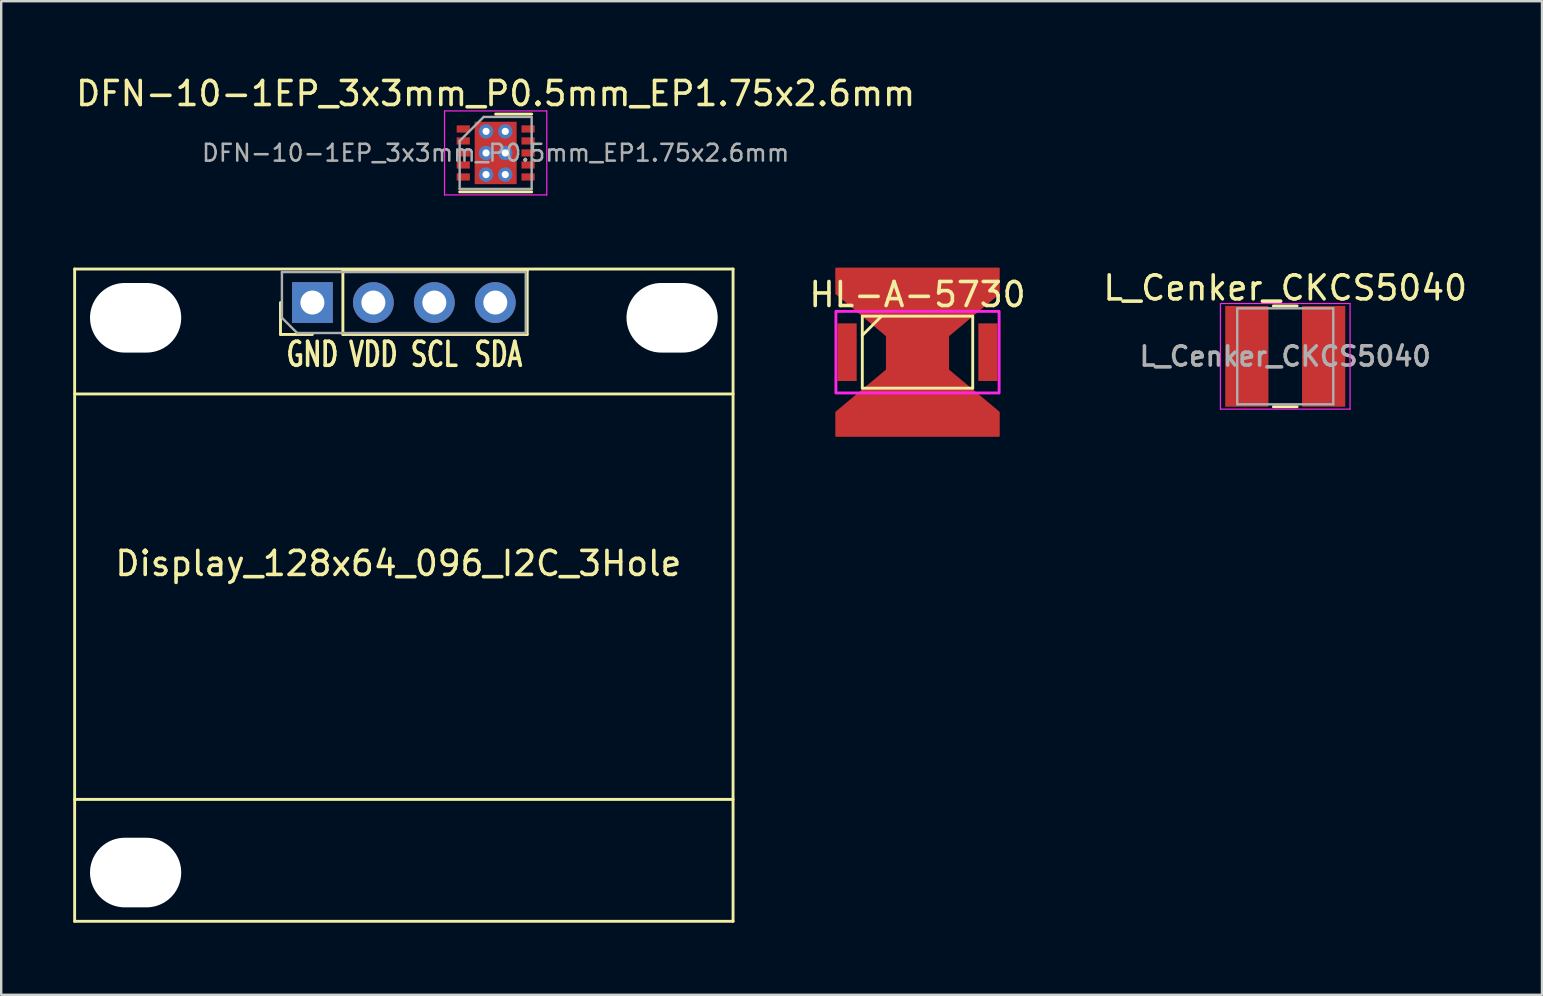
<source format=kicad_pcb>
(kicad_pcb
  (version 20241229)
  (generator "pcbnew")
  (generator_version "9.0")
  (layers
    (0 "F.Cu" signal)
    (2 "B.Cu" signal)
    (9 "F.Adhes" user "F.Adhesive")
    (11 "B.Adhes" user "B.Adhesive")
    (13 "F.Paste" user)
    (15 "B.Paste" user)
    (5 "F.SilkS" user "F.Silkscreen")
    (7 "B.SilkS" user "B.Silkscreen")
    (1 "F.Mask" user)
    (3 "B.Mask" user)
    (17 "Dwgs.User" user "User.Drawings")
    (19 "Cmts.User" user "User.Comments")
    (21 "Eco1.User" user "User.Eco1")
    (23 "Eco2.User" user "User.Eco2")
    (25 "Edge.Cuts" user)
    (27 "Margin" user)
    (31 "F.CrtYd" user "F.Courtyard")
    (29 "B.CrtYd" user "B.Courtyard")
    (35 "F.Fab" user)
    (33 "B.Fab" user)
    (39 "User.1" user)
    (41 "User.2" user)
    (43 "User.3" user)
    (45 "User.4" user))
  (footprint "L_Cenker_CKCS5040"
    (layer "F.Cu")
    (at 50.498 11.796)
    (property "Reference" "L_Cenker_CKCS5040" (at 0 -2.85 0) (layer "F.SilkS") (effects (font (size 1 1) (thickness 0.15))))
    (attr smd)
    (fp_line (start -0.495 -2.1) (end 0.495 -2.1) (stroke (width 0.12) (type solid)) (layer "F.SilkS"))
    (fp_line (start -0.495 2.1) (end 0.495 2.1) (stroke (width 0.12) (type solid)) (layer "F.SilkS"))
    (fp_line (start -2.7 -2.2) (end -2.7 2.2) (stroke (width 0.05) (type solid)) (layer "F.CrtYd"))
    (fp_line (start -2.7 2.2) (end 2.7 2.2) (stroke (width 0.05) (type solid)) (layer "F.CrtYd"))
    (fp_line (start 2.7 -2.2) (end -2.7 -2.2) (stroke (width 0.05) (type solid)) (layer "F.CrtYd"))
    (fp_line (start 2.7 2.2) (end 2.7 -2.2) (stroke (width 0.05) (type solid)) (layer "F.CrtYd"))
    (fp_line (start -2 -2) (end -2 2) (stroke (width 0.1) (type solid)) (layer "F.Fab"))
    (fp_line (start -2 2) (end 2 2) (stroke (width 0.1) (type solid)) (layer "F.Fab"))
    (fp_line (start 2 -2) (end -2 -2) (stroke (width 0.1) (type solid)) (layer "F.Fab"))
    (fp_line (start 2 2) (end 2 -2) (stroke (width 0.1) (type solid)) (layer "F.Fab"))
    (fp_text user "${REFERENCE}" (at 0 0 0) (layer "F.Fab") (effects (font (size 0.8 0.8) (thickness 0.15))))
    (pad "1" smd rect (at -1.6 0) (size 1.8 4.2) (layers "F.Cu" "F.Mask" "F.Paste"))
    (pad "2" smd rect (at 1.6 0) (size 1.8 4.2) (layers "F.Cu" "F.Mask" "F.Paste")))
  (footprint "Display_128x64_096_I2C_3Hole"
    (layer "F.Cu")
    (at 13.776 9.555)
    (property "Reference" "Display_128x64_096_I2C_3Hole" (at -0.229 10.871 0) (layer "F.SilkS") (effects (font (size 1 1) (thickness 0.15))))
    (attr through_hole)
    (fp_line (start -13.716 -1.397) (end 13.716 -1.397) (stroke (width 0.12) (type solid)) (layer "F.SilkS"))
    (fp_line (start -13.716 3.81) (end 13.716 3.81) (stroke (width 0.12) (type solid)) (layer "F.SilkS"))
    (fp_line (start -13.716 20.701) (end 13.716 20.701) (stroke (width 0.12) (type solid)) (layer "F.SilkS"))
    (fp_line (start -13.716 25.781) (end -13.716 -1.397) (stroke (width 0.12) (type solid)) (layer "F.SilkS"))
    (fp_line (start -5.14 1.33) (end -5.14 0) (stroke (width 0.12) (type solid)) (layer "F.SilkS"))
    (fp_line (start -3.81 1.33) (end -5.14 1.33) (stroke (width 0.12) (type solid)) (layer "F.SilkS"))
    (fp_line (start -2.54 -1.33) (end 5.14 -1.33) (stroke (width 0.12) (type solid)) (layer "F.SilkS"))
    (fp_line (start -2.54 1.33) (end -2.54 -1.33) (stroke (width 0.12) (type solid)) (layer "F.SilkS"))
    (fp_line (start -2.54 1.33) (end 5.14 1.33) (stroke (width 0.12) (type solid)) (layer "F.SilkS"))
    (fp_line (start 5.14 1.33) (end 5.14 -1.33) (stroke (width 0.12) (type solid)) (layer "F.SilkS"))
    (fp_line (start 13.716 25.781) (end -13.716 25.781) (stroke (width 0.12) (type solid)) (layer "F.SilkS"))
    (fp_line (start 13.716 25.781) (end 13.716 -1.397) (stroke (width 0.12) (type solid)) (layer "F.SilkS"))
    (fp_line (start -5.08 -1.27) (end 5.08 -1.27) (stroke (width 0.1) (type solid)) (layer "F.Fab"))
    (fp_line (start -5.08 0.635) (end -5.08 -1.27) (stroke (width 0.1) (type solid)) (layer "F.Fab"))
    (fp_line (start -4.445 1.27) (end -5.08 0.635) (stroke (width 0.1) (type solid)) (layer "F.Fab"))
    (fp_line (start 5.08 -1.27) (end 5.08 1.27) (stroke (width 0.1) (type solid)) (layer "F.Fab"))
    (fp_line (start 5.08 1.27) (end -4.445 1.27) (stroke (width 0.1) (type solid)) (layer "F.Fab"))
    (fp_text user "SCL" (at 1.27 2.159 0) (layer "F.SilkS") (effects (font (size 1 0.7) (thickness 0.15))))
    (fp_text user "VDD" (at -1.27 2.159 0) (layer "F.SilkS") (effects (font (size 1 0.7) (thickness 0.15))))
    (fp_text user "GND" (at -3.81 2.159 0) (layer "F.SilkS") (effects (font (size 1 0.7) (thickness 0.15))))
    (fp_text user "SDA" (at 3.937 2.159 0) (layer "F.SilkS") (effects (font (size 1 0.7) (thickness 0.15))))
    (pad "" np_thru_hole oval (at -11.176 0.635) (size 3.8 2.9) (drill oval 3.8 2.9) (layers "*.Cu" "*.Mask"))
    (pad "" np_thru_hole oval (at -11.176 23.749) (size 3.8 2.9) (drill oval 3.8 2.9) (layers "*.Cu" "*.Mask"))
    (pad "" np_thru_hole oval (at 11.176 0.635) (size 3.8 2.9) (drill oval 3.8 2.9) (layers "*.Cu" "*.Mask"))
    (pad "1" thru_hole rect (at -3.81 0 90) (size 1.7 1.7) (drill 1) (layers "*.Cu" "*.Mask"))
    (pad "2" thru_hole oval (at -1.27 0 90) (size 1.7 1.7) (drill 1) (layers "*.Cu" "*.Mask"))
    (pad "3" thru_hole oval (at 1.27 0 90) (size 1.7 1.7) (drill 1) (layers "*.Cu" "*.Mask"))
    (pad "4" thru_hole oval (at 3.81 0 90) (size 1.7 1.7) (drill 1) (layers "*.Cu" "*.Mask")))
  (footprint "DFN-10-1EP_3x3mm_P0.5mm_EP1.75x2.6mm"
    (layer "F.Cu")
    (at 17.601 3.323)
    (property "Reference" "DFN-10-1EP_3x3mm_P0.5mm_EP1.75x2.6mm" (at 0 -2.475 0) (layer "F.SilkS") (effects (font (size 1 1) (thickness 0.15))))
    (attr smd)
    (fp_line (start -1.5 1.62) (end 1.5 1.62) (stroke (width 0.12) (type solid)) (layer "F.SilkS"))
    (fp_line (start 0 -1.62) (end 1.5 -1.62) (stroke (width 0.12) (type solid)) (layer "F.SilkS"))
    (fp_line (start -2.13 -1.75) (end -2.13 1.75) (stroke (width 0.05) (type solid)) (layer "F.CrtYd"))
    (fp_line (start -2.13 -1.75) (end 2.13 -1.75) (stroke (width 0.05) (type solid)) (layer "F.CrtYd"))
    (fp_line (start -2.13 1.75) (end 2.13 1.75) (stroke (width 0.05) (type solid)) (layer "F.CrtYd"))
    (fp_line (start 2.13 -1.75) (end 2.13 1.75) (stroke (width 0.05) (type solid)) (layer "F.CrtYd"))
    (fp_line (start -1.5 -0.5) (end -0.5 -1.5) (stroke (width 0.1) (type solid)) (layer "F.Fab"))
    (fp_line (start -1.5 1.5) (end -1.5 -0.5) (stroke (width 0.1) (type solid)) (layer "F.Fab"))
    (fp_line (start -0.5 -1.5) (end 1.5 -1.5) (stroke (width 0.1) (type solid)) (layer "F.Fab"))
    (fp_line (start 1.5 -1.5) (end 1.5 1.5) (stroke (width 0.1) (type solid)) (layer "F.Fab"))
    (fp_line (start 1.5 1.5) (end -1.5 1.5) (stroke (width 0.1) (type solid)) (layer "F.Fab"))
    (fp_text user "${REFERENCE}" (at 0 0 0) (layer "F.Fab") (effects (font (size 0.7 0.7) (thickness 0.105))))
    (pad "" smd rect (at -0.388 -0.62) (size 0.6 1.05) (layers "F.Paste"))
    (pad "" smd rect (at -0.388 0.62) (size 0.6 1.05) (layers "F.Paste"))
    (pad "" smd rect (at 0.388 -0.62) (size 0.6 1.05) (layers "F.Paste"))
    (pad "" smd rect (at 0.388 0.62) (size 0.6 1.05) (layers "F.Paste"))
    (pad "1" smd rect (at -1.35 -1) (size 0.55 0.3) (layers "F.Cu" "F.Mask" "F.Paste"))
    (pad "2" smd rect (at -1.35 -0.5) (size 0.55 0.3) (layers "F.Cu" "F.Mask" "F.Paste"))
    (pad "3" smd rect (at -1.35 0) (size 0.55 0.3) (layers "F.Cu" "F.Mask" "F.Paste"))
    (pad "4" smd rect (at -1.35 0.5) (size 0.55 0.3) (layers "F.Cu" "F.Mask" "F.Paste"))
    (pad "5" smd rect (at -1.35 1) (size 0.55 0.3) (layers "F.Cu" "F.Mask" "F.Paste"))
    (pad "6" smd rect (at 1.35 1) (size 0.55 0.3) (layers "F.Cu" "F.Mask" "F.Paste"))
    (pad "7" smd rect (at 1.35 0.5) (size 0.55 0.3) (layers "F.Cu" "F.Mask" "F.Paste"))
    (pad "8" smd rect (at 1.35 0) (size 0.55 0.3) (layers "F.Cu" "F.Mask" "F.Paste"))
    (pad "9" smd rect (at 1.35 -0.5) (size 0.55 0.3) (layers "F.Cu" "F.Mask" "F.Paste"))
    (pad "10" smd rect (at 1.35 -1) (size 0.55 0.3) (layers "F.Cu" "F.Mask" "F.Paste"))
    (pad "11" thru_hole circle (at -0.4 -0.9) (size 0.6 0.6) (drill 0.3) (layers "*.Cu" "*.Mask"))
    (pad "11" thru_hole circle (at -0.4 0) (size 0.6 0.6) (drill 0.3) (layers "*.Cu" "*.Mask"))
    (pad "11" thru_hole circle (at -0.4 0.9) (size 0.6 0.6) (drill 0.3) (layers "*.Cu" "*.Mask"))
    (pad "11" smd rect (at 0 0) (size 1.75 2.6) (layers "F.Cu" "F.Mask"))
    (pad "11" thru_hole circle (at 0.4 -0.9) (size 0.6 0.6) (drill 0.3) (layers "*.Cu" "*.Mask"))
    (pad "11" thru_hole circle (at 0.4 0) (size 0.6 0.6) (drill 0.3) (layers "*.Cu" "*.Mask"))
    (pad "11" thru_hole circle (at 0.4 0.9) (size 0.6 0.6) (drill 0.3) (layers "*.Cu" "*.Mask")))
  (footprint "HL-A-5730"
    (layer "F.Cu")
    (at 35.177 11.623)
    (property "Reference" "HL-A-5730" (at 0 -2.4 0) (unlocked yes) (layer "F.SilkS") (effects (font (size 1 1) (thickness 0.15))))
    (attr smd)
    (fp_rect (start -1.315 -0.76) (end 1.315 0.76) (stroke (width 0) (type solid)) (fill yes) (layer "F.Mask"))
    (fp_line (start -2.3 -1.5) (end -2.3 1.5) (stroke (width 0.12) (type solid)) (layer "F.SilkS"))
    (fp_line (start -2.3 -1.5) (end 2.3 -1.5) (stroke (width 0.12) (type solid)) (layer "F.SilkS"))
    (fp_line (start -1.5 -1.5) (end -2.3 -0.7) (stroke (width 0.12) (type solid)) (layer "F.SilkS"))
    (fp_line (start 2.3 1.5) (end -2.3 1.5) (stroke (width 0.12) (type solid)) (layer "F.SilkS"))
    (fp_line (start 2.3 1.5) (end 2.3 -1.5) (stroke (width 0.12) (type solid)) (layer "F.SilkS"))
    (fp_rect (start -1.315 -0.76) (end 1.315 0.76) (stroke (width 0) (type solid)) (fill yes) (layer "F.Paste"))
    (fp_rect (start -3.4 -1.7) (end 3.4 1.7) (stroke (width 0.12) (type solid)) (fill no) (layer "F.CrtYd"))
    (pad "1" smd rect (at -2.935 0) (size 0.8 2.4) (layers "F.Cu" "F.Mask" "F.Paste"))
    (pad "2" smd rect (at 2.935 0) (size 0.8 2.4) (layers "F.Cu" "F.Mask" "F.Paste"))
    (pad "3" smd custom (at 0 0) (size 2.63 1.52) (layers "F.Cu") (options (anchor rect)) (primitives (gr_poly (pts (xy -3.4 -2.44) (xy -3.4 -3.5) (xy 3.4 -3.5) (xy 3.4 -2.44) (xy 1.315 -0.7) (xy -1.315 -0.7)) (width 0.05) (fill yes)) (gr_poly (pts (xy 3.4 2.5) (xy 3.4 3.5) (xy -3.4 3.5) (xy -3.4 2.5) (xy -1.315 0.76) (xy 1.315 0.76)) (width 0.05) (fill yes)))))
  (gr_rect
    (start -3 -3)
    (end 61.195 38.396)
    (stroke (width 0.1) (type default))
    (fill no)
    (layer "Edge.Cuts")))
</source>
